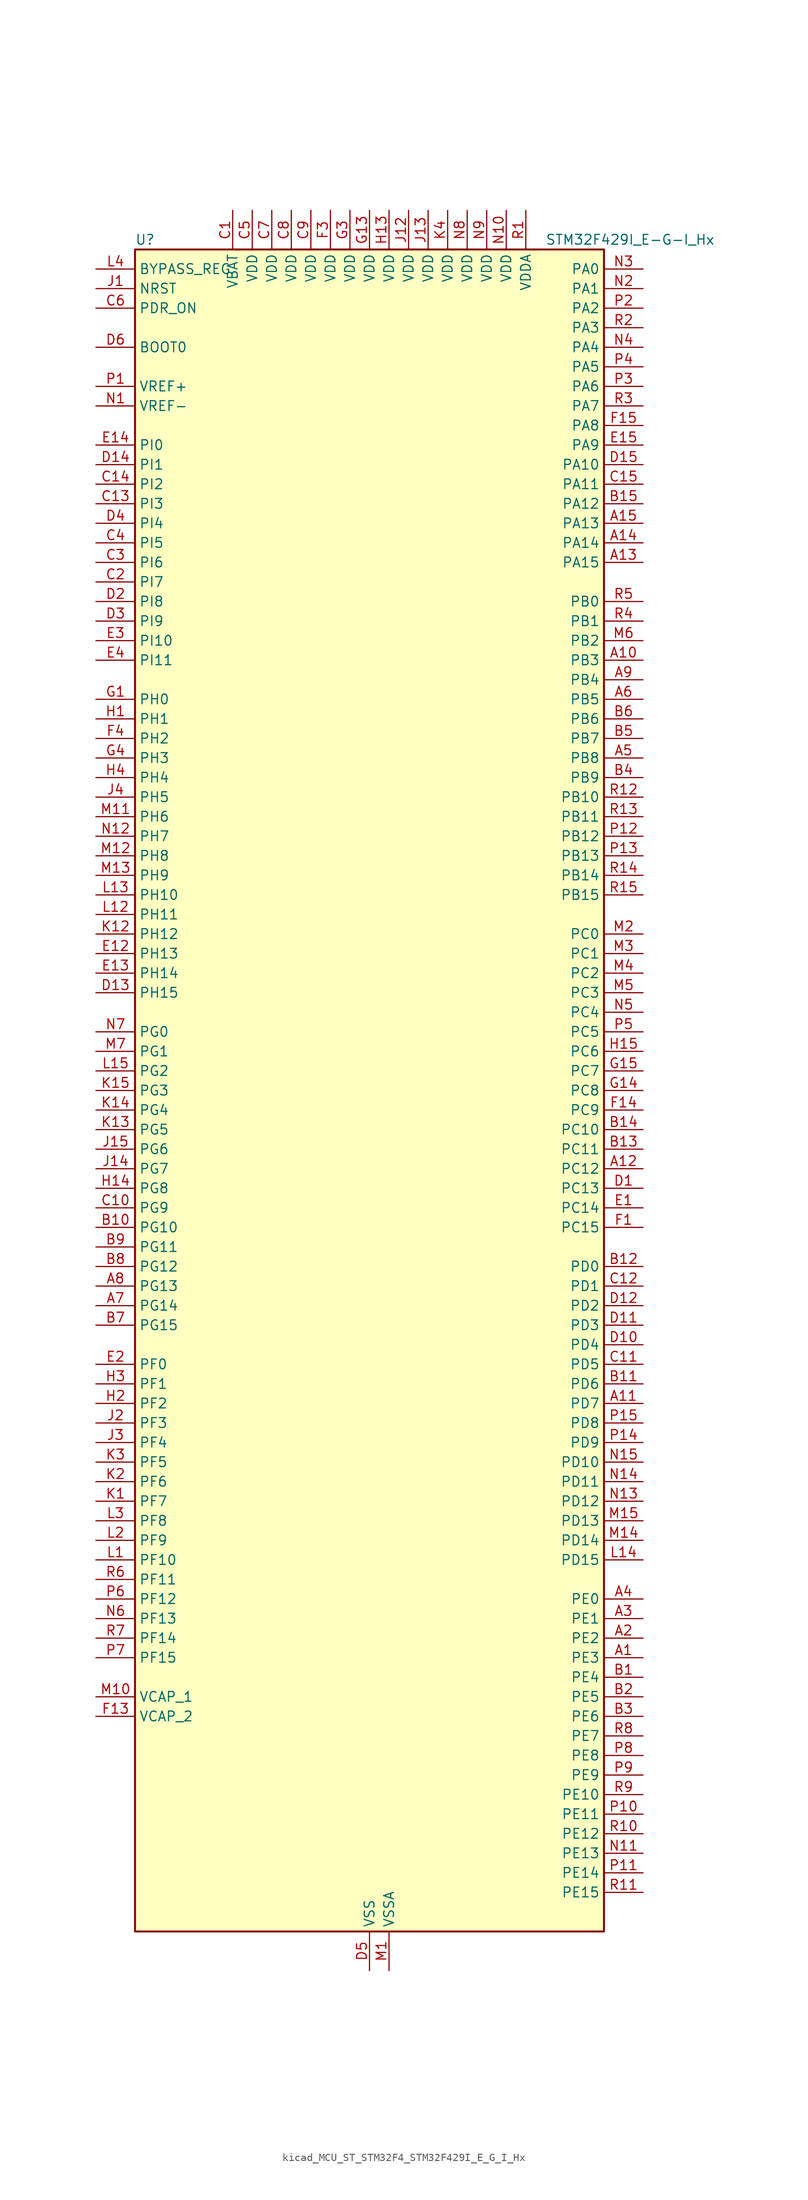
<source format=kicad_sym>
(kicad_symbol_lib
  (version 20220914)
  (generator kicad_symbol_editor)
  (symbol "kicad_MCU_ST_STM32F4_STM32F429I_E_G_I_Hx"
    (property "Reference" "U"
      (at -30.48 110.49 0)
      (effects (font (size 1.27 1.27)) (justify left)))
    (property "Value" "STM32F429I_E-G-I_Hx"
      (at 22.86 110.49 0)
      (effects (font (size 1.27 1.27)) (justify left)))
    (property "ki_locked" ""
      (at 0 0 0)
      (effects (font (size 1.27 1.27))))
    (symbol "kicad_MCU_ST_STM32F4_STM32F429I_E_G_I_Hx_0_1"
      (rectangle (start -30.48 -109.22) (end 30.48 109.22) (stroke (width 0.254) (type default)) (fill (type background))))
    (symbol "kicad_MCU_ST_STM32F4_STM32F429I_E_G_I_Hx_1_1"
      (pin bidirectional line (at 35.56 -73.66 180) (length 5.08) (name "PE3" (effects (font (size 1.27 1.27)))) (number "A1" (effects (font (size 1.27 1.27)))) (alternate "FMC_A19" bidirectional line) (alternate "SAI1_SD_B" bidirectional line) (alternate "SYS_TRACED0" bidirectional line))
      (pin bidirectional line (at 35.56 55.88 180) (length 5.08) (name "PB3" (effects (font (size 1.27 1.27)))) (number "A10" (effects (font (size 1.27 1.27)))) (alternate "I2S3_CK" bidirectional line) (alternate "SPI1_SCK" bidirectional line) (alternate "SPI3_SCK" bidirectional line) (alternate "SYS_JTDO-SWO" bidirectional line) (alternate "TIM2_CH2" bidirectional line))
      (pin bidirectional line (at 35.56 -40.64 180) (length 5.08) (name "PD7" (effects (font (size 1.27 1.27)))) (number "A11" (effects (font (size 1.27 1.27)))) (alternate "FMC_NCE2" bidirectional line) (alternate "FMC_NE1" bidirectional line) (alternate "USART2_CK" bidirectional line))
      (pin bidirectional line (at 35.56 -10.16 180) (length 5.08) (name "PC12" (effects (font (size 1.27 1.27)))) (number "A12" (effects (font (size 1.27 1.27)))) (alternate "DCMI_D9" bidirectional line) (alternate "I2S3_SD" bidirectional line) (alternate "SDIO_CK" bidirectional line) (alternate "SPI3_MOSI" bidirectional line) (alternate "UART5_TX" bidirectional line) (alternate "USART3_CK" bidirectional line))
      (pin bidirectional line (at 35.56 68.58 180) (length 5.08) (name "PA15" (effects (font (size 1.27 1.27)))) (number "A13" (effects (font (size 1.27 1.27)))) (alternate "ADC1_EXTI15" bidirectional line) (alternate "ADC2_EXTI15" bidirectional line) (alternate "ADC3_EXTI15" bidirectional line) (alternate "I2S3_WS" bidirectional line) (alternate "SPI1_NSS" bidirectional line) (alternate "SPI3_NSS" bidirectional line) (alternate "SYS_JTDI" bidirectional line) (alternate "TIM2_CH1" bidirectional line) (alternate "TIM2_ETR" bidirectional line))
      (pin bidirectional line (at 35.56 71.12 180) (length 5.08) (name "PA14" (effects (font (size 1.27 1.27)))) (number "A14" (effects (font (size 1.27 1.27)))) (alternate "SYS_JTCK-SWCLK" bidirectional line))
      (pin bidirectional line (at 35.56 73.66 180) (length 5.08) (name "PA13" (effects (font (size 1.27 1.27)))) (number "A15" (effects (font (size 1.27 1.27)))) (alternate "SYS_JTMS-SWDIO" bidirectional line))
      (pin bidirectional line (at 35.56 -71.12 180) (length 5.08) (name "PE2" (effects (font (size 1.27 1.27)))) (number "A2" (effects (font (size 1.27 1.27)))) (alternate "ETH_TXD3" bidirectional line) (alternate "FMC_A23" bidirectional line) (alternate "SAI1_MCLK_A" bidirectional line) (alternate "SPI4_SCK" bidirectional line) (alternate "SYS_TRACECLK" bidirectional line))
      (pin bidirectional line (at 35.56 -68.58 180) (length 5.08) (name "PE1" (effects (font (size 1.27 1.27)))) (number "A3" (effects (font (size 1.27 1.27)))) (alternate "DCMI_D3" bidirectional line) (alternate "FMC_NBL1" bidirectional line) (alternate "UART8_TX" bidirectional line))
      (pin bidirectional line (at 35.56 -66.04 180) (length 5.08) (name "PE0" (effects (font (size 1.27 1.27)))) (number "A4" (effects (font (size 1.27 1.27)))) (alternate "DCMI_D2" bidirectional line) (alternate "FMC_NBL0" bidirectional line) (alternate "TIM4_ETR" bidirectional line) (alternate "UART8_RX" bidirectional line))
      (pin bidirectional line (at 35.56 43.18 180) (length 5.08) (name "PB8" (effects (font (size 1.27 1.27)))) (number "A5" (effects (font (size 1.27 1.27)))) (alternate "CAN1_RX" bidirectional line) (alternate "DCMI_D6" bidirectional line) (alternate "ETH_TXD3" bidirectional line) (alternate "I2C1_SCL" bidirectional line) (alternate "LTDC_B6" bidirectional line) (alternate "SDIO_D4" bidirectional line) (alternate "TIM10_CH1" bidirectional line) (alternate "TIM4_CH3" bidirectional line))
      (pin bidirectional line (at 35.56 50.8 180) (length 5.08) (name "PB5" (effects (font (size 1.27 1.27)))) (number "A6" (effects (font (size 1.27 1.27)))) (alternate "CAN2_RX" bidirectional line) (alternate "DCMI_D10" bidirectional line) (alternate "ETH_PPS_OUT" bidirectional line) (alternate "FMC_SDCKE1" bidirectional line) (alternate "I2C1_SMBA" bidirectional line) (alternate "I2S3_SD" bidirectional line) (alternate "SPI1_MOSI" bidirectional line) (alternate "SPI3_MOSI" bidirectional line) (alternate "TIM3_CH2" bidirectional line) (alternate "USB_OTG_HS_ULPI_D7" bidirectional line))
      (pin bidirectional line (at -35.56 -27.94 0) (length 5.08) (name "PG14" (effects (font (size 1.27 1.27)))) (number "A7" (effects (font (size 1.27 1.27)))) (alternate "ETH_TXD1" bidirectional line) (alternate "FMC_A25" bidirectional line) (alternate "SPI6_MOSI" bidirectional line) (alternate "USART6_TX" bidirectional line))
      (pin bidirectional line (at -35.56 -25.4 0) (length 5.08) (name "PG13" (effects (font (size 1.27 1.27)))) (number "A8" (effects (font (size 1.27 1.27)))) (alternate "ETH_TXD0" bidirectional line) (alternate "FMC_A24" bidirectional line) (alternate "SPI6_SCK" bidirectional line) (alternate "USART6_CTS" bidirectional line))
      (pin bidirectional line (at 35.56 53.34 180) (length 5.08) (name "PB4" (effects (font (size 1.27 1.27)))) (number "A9" (effects (font (size 1.27 1.27)))) (alternate "I2S3_ext_SD" bidirectional line) (alternate "SPI1_MISO" bidirectional line) (alternate "SPI3_MISO" bidirectional line) (alternate "SYS_JTRST" bidirectional line) (alternate "TIM3_CH1" bidirectional line))
      (pin bidirectional line (at 35.56 -76.2 180) (length 5.08) (name "PE4" (effects (font (size 1.27 1.27)))) (number "B1" (effects (font (size 1.27 1.27)))) (alternate "DCMI_D4" bidirectional line) (alternate "FMC_A20" bidirectional line) (alternate "LTDC_B0" bidirectional line) (alternate "SAI1_FS_A" bidirectional line) (alternate "SPI4_NSS" bidirectional line) (alternate "SYS_TRACED1" bidirectional line))
      (pin bidirectional line (at -35.56 -17.78 0) (length 5.08) (name "PG10" (effects (font (size 1.27 1.27)))) (number "B10" (effects (font (size 1.27 1.27)))) (alternate "DCMI_D2" bidirectional line) (alternate "FMC_NCE4_1" bidirectional line) (alternate "FMC_NE3" bidirectional line) (alternate "LTDC_B2" bidirectional line) (alternate "LTDC_G3" bidirectional line))
      (pin bidirectional line (at 35.56 -38.1 180) (length 5.08) (name "PD6" (effects (font (size 1.27 1.27)))) (number "B11" (effects (font (size 1.27 1.27)))) (alternate "DCMI_D10" bidirectional line) (alternate "FMC_NWAIT" bidirectional line) (alternate "I2S3_SD" bidirectional line) (alternate "LTDC_B2" bidirectional line) (alternate "SAI1_SD_A" bidirectional line) (alternate "SPI3_MOSI" bidirectional line) (alternate "USART2_RX" bidirectional line))
      (pin bidirectional line (at 35.56 -22.86 180) (length 5.08) (name "PD0" (effects (font (size 1.27 1.27)))) (number "B12" (effects (font (size 1.27 1.27)))) (alternate "CAN1_RX" bidirectional line) (alternate "FMC_D2" bidirectional line) (alternate "FMC_DA2" bidirectional line))
      (pin bidirectional line (at 35.56 -7.62 180) (length 5.08) (name "PC11" (effects (font (size 1.27 1.27)))) (number "B13" (effects (font (size 1.27 1.27)))) (alternate "ADC1_EXTI11" bidirectional line) (alternate "ADC2_EXTI11" bidirectional line) (alternate "ADC3_EXTI11" bidirectional line) (alternate "DCMI_D4" bidirectional line) (alternate "I2S3_ext_SD" bidirectional line) (alternate "SDIO_D3" bidirectional line) (alternate "SPI3_MISO" bidirectional line) (alternate "UART4_RX" bidirectional line) (alternate "USART3_RX" bidirectional line))
      (pin bidirectional line (at 35.56 -5.08 180) (length 5.08) (name "PC10" (effects (font (size 1.27 1.27)))) (number "B14" (effects (font (size 1.27 1.27)))) (alternate "DCMI_D8" bidirectional line) (alternate "I2S3_CK" bidirectional line) (alternate "LTDC_R2" bidirectional line) (alternate "SDIO_D2" bidirectional line) (alternate "SPI3_SCK" bidirectional line) (alternate "UART4_TX" bidirectional line) (alternate "USART3_TX" bidirectional line))
      (pin bidirectional line (at 35.56 76.2 180) (length 5.08) (name "PA12" (effects (font (size 1.27 1.27)))) (number "B15" (effects (font (size 1.27 1.27)))) (alternate "CAN1_TX" bidirectional line) (alternate "LTDC_R5" bidirectional line) (alternate "TIM1_ETR" bidirectional line) (alternate "USART1_RTS" bidirectional line) (alternate "USB_OTG_FS_DP" bidirectional line))
      (pin bidirectional line (at 35.56 -78.74 180) (length 5.08) (name "PE5" (effects (font (size 1.27 1.27)))) (number "B2" (effects (font (size 1.27 1.27)))) (alternate "DCMI_D6" bidirectional line) (alternate "FMC_A21" bidirectional line) (alternate "LTDC_G0" bidirectional line) (alternate "SAI1_SCK_A" bidirectional line) (alternate "SPI4_MISO" bidirectional line) (alternate "SYS_TRACED2" bidirectional line) (alternate "TIM9_CH1" bidirectional line))
      (pin bidirectional line (at 35.56 -81.28 180) (length 5.08) (name "PE6" (effects (font (size 1.27 1.27)))) (number "B3" (effects (font (size 1.27 1.27)))) (alternate "DCMI_D7" bidirectional line) (alternate "FMC_A22" bidirectional line) (alternate "LTDC_G1" bidirectional line) (alternate "SAI1_SD_A" bidirectional line) (alternate "SPI4_MOSI" bidirectional line) (alternate "SYS_TRACED3" bidirectional line) (alternate "TIM9_CH2" bidirectional line))
      (pin bidirectional line (at 35.56 40.64 180) (length 5.08) (name "PB9" (effects (font (size 1.27 1.27)))) (number "B4" (effects (font (size 1.27 1.27)))) (alternate "CAN1_TX" bidirectional line) (alternate "DAC_EXTI9" bidirectional line) (alternate "DCMI_D7" bidirectional line) (alternate "I2C1_SDA" bidirectional line) (alternate "I2S2_WS" bidirectional line) (alternate "LTDC_B7" bidirectional line) (alternate "SDIO_D5" bidirectional line) (alternate "SPI2_NSS" bidirectional line) (alternate "TIM11_CH1" bidirectional line) (alternate "TIM4_CH4" bidirectional line))
      (pin bidirectional line (at 35.56 45.72 180) (length 5.08) (name "PB7" (effects (font (size 1.27 1.27)))) (number "B5" (effects (font (size 1.27 1.27)))) (alternate "DCMI_VSYNC" bidirectional line) (alternate "FMC_NL" bidirectional line) (alternate "I2C1_SDA" bidirectional line) (alternate "TIM4_CH2" bidirectional line) (alternate "USART1_RX" bidirectional line))
      (pin bidirectional line (at 35.56 48.26 180) (length 5.08) (name "PB6" (effects (font (size 1.27 1.27)))) (number "B6" (effects (font (size 1.27 1.27)))) (alternate "CAN2_TX" bidirectional line) (alternate "DCMI_D5" bidirectional line) (alternate "FMC_SDNE1" bidirectional line) (alternate "I2C1_SCL" bidirectional line) (alternate "TIM4_CH1" bidirectional line) (alternate "USART1_TX" bidirectional line))
      (pin bidirectional line (at -35.56 -30.48 0) (length 5.08) (name "PG15" (effects (font (size 1.27 1.27)))) (number "B7" (effects (font (size 1.27 1.27)))) (alternate "ADC1_EXTI15" bidirectional line) (alternate "ADC2_EXTI15" bidirectional line) (alternate "ADC3_EXTI15" bidirectional line) (alternate "DCMI_D13" bidirectional line) (alternate "FMC_SDNCAS" bidirectional line) (alternate "USART6_CTS" bidirectional line))
      (pin bidirectional line (at -35.56 -22.86 0) (length 5.08) (name "PG12" (effects (font (size 1.27 1.27)))) (number "B8" (effects (font (size 1.27 1.27)))) (alternate "FMC_NE4" bidirectional line) (alternate "LTDC_B1" bidirectional line) (alternate "LTDC_B4" bidirectional line) (alternate "SPI6_MISO" bidirectional line) (alternate "USART6_RTS" bidirectional line))
      (pin bidirectional line (at -35.56 -20.32 0) (length 5.08) (name "PG11" (effects (font (size 1.27 1.27)))) (number "B9" (effects (font (size 1.27 1.27)))) (alternate "ADC1_EXTI11" bidirectional line) (alternate "ADC2_EXTI11" bidirectional line) (alternate "ADC3_EXTI11" bidirectional line) (alternate "DCMI_D3" bidirectional line) (alternate "ETH_TX_EN" bidirectional line) (alternate "FMC_NCE4_2" bidirectional line) (alternate "LTDC_B3" bidirectional line))
      (pin power_in line (at -17.78 114.3 270) (length 5.08) (name "VBAT" (effects (font (size 1.27 1.27)))) (number "C1" (effects (font (size 1.27 1.27)))))
      (pin bidirectional line (at -35.56 -15.24 0) (length 5.08) (name "PG9" (effects (font (size 1.27 1.27)))) (number "C10" (effects (font (size 1.27 1.27)))) (alternate "DAC_EXTI9" bidirectional line) (alternate "DCMI_VSYNC" bidirectional line) (alternate "FMC_NCE3" bidirectional line) (alternate "FMC_NE2" bidirectional line) (alternate "USART6_RX" bidirectional line))
      (pin bidirectional line (at 35.56 -35.56 180) (length 5.08) (name "PD5" (effects (font (size 1.27 1.27)))) (number "C11" (effects (font (size 1.27 1.27)))) (alternate "FMC_NWE" bidirectional line) (alternate "USART2_TX" bidirectional line))
      (pin bidirectional line (at 35.56 -25.4 180) (length 5.08) (name "PD1" (effects (font (size 1.27 1.27)))) (number "C12" (effects (font (size 1.27 1.27)))) (alternate "CAN1_TX" bidirectional line) (alternate "FMC_D3" bidirectional line) (alternate "FMC_DA3" bidirectional line))
      (pin bidirectional line (at -35.56 76.2 0) (length 5.08) (name "PI3" (effects (font (size 1.27 1.27)))) (number "C13" (effects (font (size 1.27 1.27)))) (alternate "DCMI_D10" bidirectional line) (alternate "FMC_D27" bidirectional line) (alternate "I2S2_SD" bidirectional line) (alternate "SPI2_MOSI" bidirectional line) (alternate "TIM8_ETR" bidirectional line))
      (pin bidirectional line (at -35.56 78.74 0) (length 5.08) (name "PI2" (effects (font (size 1.27 1.27)))) (number "C14" (effects (font (size 1.27 1.27)))) (alternate "DCMI_D9" bidirectional line) (alternate "FMC_D26" bidirectional line) (alternate "I2S2_ext_SD" bidirectional line) (alternate "LTDC_G7" bidirectional line) (alternate "SPI2_MISO" bidirectional line) (alternate "TIM8_CH4" bidirectional line))
      (pin bidirectional line (at 35.56 78.74 180) (length 5.08) (name "PA11" (effects (font (size 1.27 1.27)))) (number "C15" (effects (font (size 1.27 1.27)))) (alternate "ADC1_EXTI11" bidirectional line) (alternate "ADC2_EXTI11" bidirectional line) (alternate "ADC3_EXTI11" bidirectional line) (alternate "CAN1_RX" bidirectional line) (alternate "LTDC_R4" bidirectional line) (alternate "TIM1_CH4" bidirectional line) (alternate "USART1_CTS" bidirectional line) (alternate "USB_OTG_FS_DM" bidirectional line))
      (pin bidirectional line (at -35.56 66.04 0) (length 5.08) (name "PI7" (effects (font (size 1.27 1.27)))) (number "C2" (effects (font (size 1.27 1.27)))) (alternate "DCMI_D7" bidirectional line) (alternate "FMC_D29" bidirectional line) (alternate "LTDC_B7" bidirectional line) (alternate "TIM8_CH3" bidirectional line))
      (pin bidirectional line (at -35.56 68.58 0) (length 5.08) (name "PI6" (effects (font (size 1.27 1.27)))) (number "C3" (effects (font (size 1.27 1.27)))) (alternate "DCMI_D6" bidirectional line) (alternate "FMC_D28" bidirectional line) (alternate "LTDC_B6" bidirectional line) (alternate "TIM8_CH2" bidirectional line))
      (pin bidirectional line (at -35.56 71.12 0) (length 5.08) (name "PI5" (effects (font (size 1.27 1.27)))) (number "C4" (effects (font (size 1.27 1.27)))) (alternate "DCMI_VSYNC" bidirectional line) (alternate "FMC_NBL3" bidirectional line) (alternate "LTDC_B5" bidirectional line) (alternate "TIM8_CH1" bidirectional line))
      (pin power_in line (at -15.24 114.3 270) (length 5.08) (name "VDD" (effects (font (size 1.27 1.27)))) (number "C5" (effects (font (size 1.27 1.27)))))
      (pin input line (at -35.56 101.6 0) (length 5.08) (name "PDR_ON" (effects (font (size 1.27 1.27)))) (number "C6" (effects (font (size 1.27 1.27)))))
      (pin power_in line (at -12.7 114.3 270) (length 5.08) (name "VDD" (effects (font (size 1.27 1.27)))) (number "C7" (effects (font (size 1.27 1.27)))))
      (pin power_in line (at -10.16 114.3 270) (length 5.08) (name "VDD" (effects (font (size 1.27 1.27)))) (number "C8" (effects (font (size 1.27 1.27)))))
      (pin power_in line (at -7.62 114.3 270) (length 5.08) (name "VDD" (effects (font (size 1.27 1.27)))) (number "C9" (effects (font (size 1.27 1.27)))))
      (pin bidirectional line (at 35.56 -12.7 180) (length 5.08) (name "PC13" (effects (font (size 1.27 1.27)))) (number "D1" (effects (font (size 1.27 1.27)))) (alternate "RTC_AF1" bidirectional line))
      (pin bidirectional line (at 35.56 -33.02 180) (length 5.08) (name "PD4" (effects (font (size 1.27 1.27)))) (number "D10" (effects (font (size 1.27 1.27)))) (alternate "FMC_NOE" bidirectional line) (alternate "USART2_RTS" bidirectional line))
      (pin bidirectional line (at 35.56 -30.48 180) (length 5.08) (name "PD3" (effects (font (size 1.27 1.27)))) (number "D11" (effects (font (size 1.27 1.27)))) (alternate "DCMI_D5" bidirectional line) (alternate "FMC_CLK" bidirectional line) (alternate "I2S2_CK" bidirectional line) (alternate "LTDC_G7" bidirectional line) (alternate "SPI2_SCK" bidirectional line) (alternate "USART2_CTS" bidirectional line))
      (pin bidirectional line (at 35.56 -27.94 180) (length 5.08) (name "PD2" (effects (font (size 1.27 1.27)))) (number "D12" (effects (font (size 1.27 1.27)))) (alternate "DCMI_D11" bidirectional line) (alternate "SDIO_CMD" bidirectional line) (alternate "TIM3_ETR" bidirectional line) (alternate "UART5_RX" bidirectional line))
      (pin bidirectional line (at -35.56 12.7 0) (length 5.08) (name "PH15" (effects (font (size 1.27 1.27)))) (number "D13" (effects (font (size 1.27 1.27)))) (alternate "ADC1_EXTI15" bidirectional line) (alternate "ADC2_EXTI15" bidirectional line) (alternate "ADC3_EXTI15" bidirectional line) (alternate "DCMI_D11" bidirectional line) (alternate "FMC_D23" bidirectional line) (alternate "LTDC_G4" bidirectional line) (alternate "TIM8_CH3N" bidirectional line))
      (pin bidirectional line (at -35.56 81.28 0) (length 5.08) (name "PI1" (effects (font (size 1.27 1.27)))) (number "D14" (effects (font (size 1.27 1.27)))) (alternate "DCMI_D8" bidirectional line) (alternate "FMC_D25" bidirectional line) (alternate "I2S2_CK" bidirectional line) (alternate "LTDC_G6" bidirectional line) (alternate "SPI2_SCK" bidirectional line))
      (pin bidirectional line (at 35.56 81.28 180) (length 5.08) (name "PA10" (effects (font (size 1.27 1.27)))) (number "D15" (effects (font (size 1.27 1.27)))) (alternate "DCMI_D1" bidirectional line) (alternate "TIM1_CH3" bidirectional line) (alternate "USART1_RX" bidirectional line) (alternate "USB_OTG_FS_ID" bidirectional line))
      (pin bidirectional line (at -35.56 63.5 0) (length 5.08) (name "PI8" (effects (font (size 1.27 1.27)))) (number "D2" (effects (font (size 1.27 1.27)))) (alternate "RTC_AF2" bidirectional line))
      (pin bidirectional line (at -35.56 60.96 0) (length 5.08) (name "PI9" (effects (font (size 1.27 1.27)))) (number "D3" (effects (font (size 1.27 1.27)))) (alternate "CAN1_RX" bidirectional line) (alternate "DAC_EXTI9" bidirectional line) (alternate "FMC_D30" bidirectional line) (alternate "LTDC_VSYNC" bidirectional line))
      (pin bidirectional line (at -35.56 73.66 0) (length 5.08) (name "PI4" (effects (font (size 1.27 1.27)))) (number "D4" (effects (font (size 1.27 1.27)))) (alternate "DCMI_D5" bidirectional line) (alternate "FMC_NBL2" bidirectional line) (alternate "LTDC_B4" bidirectional line) (alternate "TIM8_BKIN" bidirectional line))
      (pin power_in line (at 0 -114.3 90) (length 5.08) (name "VSS" (effects (font (size 1.27 1.27)))) (number "D5" (effects (font (size 1.27 1.27)))))
      (pin input line (at -35.56 96.52 0) (length 5.08) (name "BOOT0" (effects (font (size 1.27 1.27)))) (number "D6" (effects (font (size 1.27 1.27)))))
      (pin passive line (at 0 -114.3 90) (length 5.08) hide (name "VSS" (effects (font (size 1.27 1.27)))) (number "D7" (effects (font (size 1.27 1.27)))))
      (pin passive line (at 0 -114.3 90) (length 5.08) hide (name "VSS" (effects (font (size 1.27 1.27)))) (number "D8" (effects (font (size 1.27 1.27)))))
      (pin passive line (at 0 -114.3 90) (length 5.08) hide (name "VSS" (effects (font (size 1.27 1.27)))) (number "D9" (effects (font (size 1.27 1.27)))))
      (pin bidirectional line (at 35.56 -15.24 180) (length 5.08) (name "PC14" (effects (font (size 1.27 1.27)))) (number "E1" (effects (font (size 1.27 1.27)))) (alternate "RCC_OSC32_IN" bidirectional line))
      (pin bidirectional line (at -35.56 17.78 0) (length 5.08) (name "PH13" (effects (font (size 1.27 1.27)))) (number "E12" (effects (font (size 1.27 1.27)))) (alternate "CAN1_TX" bidirectional line) (alternate "FMC_D21" bidirectional line) (alternate "LTDC_G2" bidirectional line) (alternate "TIM8_CH1N" bidirectional line))
      (pin bidirectional line (at -35.56 15.24 0) (length 5.08) (name "PH14" (effects (font (size 1.27 1.27)))) (number "E13" (effects (font (size 1.27 1.27)))) (alternate "DCMI_D4" bidirectional line) (alternate "FMC_D22" bidirectional line) (alternate "LTDC_G3" bidirectional line) (alternate "TIM8_CH2N" bidirectional line))
      (pin bidirectional line (at -35.56 83.82 0) (length 5.08) (name "PI0" (effects (font (size 1.27 1.27)))) (number "E14" (effects (font (size 1.27 1.27)))) (alternate "DCMI_D13" bidirectional line) (alternate "FMC_D24" bidirectional line) (alternate "I2S2_WS" bidirectional line) (alternate "LTDC_G5" bidirectional line) (alternate "SPI2_NSS" bidirectional line) (alternate "TIM5_CH4" bidirectional line))
      (pin bidirectional line (at 35.56 83.82 180) (length 5.08) (name "PA9" (effects (font (size 1.27 1.27)))) (number "E15" (effects (font (size 1.27 1.27)))) (alternate "DAC_EXTI9" bidirectional line) (alternate "DCMI_D0" bidirectional line) (alternate "I2C3_SMBA" bidirectional line) (alternate "TIM1_CH2" bidirectional line) (alternate "USART1_TX" bidirectional line) (alternate "USB_OTG_FS_VBUS" bidirectional line))
      (pin bidirectional line (at -35.56 -35.56 0) (length 5.08) (name "PF0" (effects (font (size 1.27 1.27)))) (number "E2" (effects (font (size 1.27 1.27)))) (alternate "FMC_A0" bidirectional line) (alternate "I2C2_SDA" bidirectional line))
      (pin bidirectional line (at -35.56 58.42 0) (length 5.08) (name "PI10" (effects (font (size 1.27 1.27)))) (number "E3" (effects (font (size 1.27 1.27)))) (alternate "ETH_RX_ER" bidirectional line) (alternate "FMC_D31" bidirectional line) (alternate "LTDC_HSYNC" bidirectional line))
      (pin bidirectional line (at -35.56 55.88 0) (length 5.08) (name "PI11" (effects (font (size 1.27 1.27)))) (number "E4" (effects (font (size 1.27 1.27)))) (alternate "ADC1_EXTI11" bidirectional line) (alternate "ADC2_EXTI11" bidirectional line) (alternate "ADC3_EXTI11" bidirectional line) (alternate "USB_OTG_HS_ULPI_DIR" bidirectional line))
      (pin bidirectional line (at 35.56 -17.78 180) (length 5.08) (name "PC15" (effects (font (size 1.27 1.27)))) (number "F1" (effects (font (size 1.27 1.27)))) (alternate "ADC1_EXTI15" bidirectional line) (alternate "ADC2_EXTI15" bidirectional line) (alternate "ADC3_EXTI15" bidirectional line) (alternate "RCC_OSC32_OUT" bidirectional line))
      (pin passive line (at 0 -114.3 90) (length 5.08) hide (name "VSS" (effects (font (size 1.27 1.27)))) (number "F10" (effects (font (size 1.27 1.27)))))
      (pin passive line (at 0 -114.3 90) (length 5.08) hide (name "VSS" (effects (font (size 1.27 1.27)))) (number "F12" (effects (font (size 1.27 1.27)))))
      (pin power_out line (at -35.56 -81.28 0) (length 5.08) (name "VCAP_2" (effects (font (size 1.27 1.27)))) (number "F13" (effects (font (size 1.27 1.27)))))
      (pin bidirectional line (at 35.56 -2.54 180) (length 5.08) (name "PC9" (effects (font (size 1.27 1.27)))) (number "F14" (effects (font (size 1.27 1.27)))) (alternate "DAC_EXTI9" bidirectional line) (alternate "DCMI_D3" bidirectional line) (alternate "I2C3_SDA" bidirectional line) (alternate "I2S_CKIN" bidirectional line) (alternate "RCC_MCO_2" bidirectional line) (alternate "SDIO_D1" bidirectional line) (alternate "TIM3_CH4" bidirectional line) (alternate "TIM8_CH4" bidirectional line))
      (pin bidirectional line (at 35.56 86.36 180) (length 5.08) (name "PA8" (effects (font (size 1.27 1.27)))) (number "F15" (effects (font (size 1.27 1.27)))) (alternate "I2C3_SCL" bidirectional line) (alternate "LTDC_R6" bidirectional line) (alternate "RCC_MCO_1" bidirectional line) (alternate "TIM1_CH1" bidirectional line) (alternate "USART1_CK" bidirectional line) (alternate "USB_OTG_FS_SOF" bidirectional line))
      (pin passive line (at 0 -114.3 90) (length 5.08) hide (name "VSS" (effects (font (size 1.27 1.27)))) (number "F2" (effects (font (size 1.27 1.27)))))
      (pin power_in line (at -5.08 114.3 270) (length 5.08) (name "VDD" (effects (font (size 1.27 1.27)))) (number "F3" (effects (font (size 1.27 1.27)))))
      (pin bidirectional line (at -35.56 45.72 0) (length 5.08) (name "PH2" (effects (font (size 1.27 1.27)))) (number "F4" (effects (font (size 1.27 1.27)))) (alternate "ETH_CRS" bidirectional line) (alternate "FMC_SDCKE0" bidirectional line) (alternate "LTDC_R0" bidirectional line))
      (pin passive line (at 0 -114.3 90) (length 5.08) hide (name "VSS" (effects (font (size 1.27 1.27)))) (number "F6" (effects (font (size 1.27 1.27)))))
      (pin passive line (at 0 -114.3 90) (length 5.08) hide (name "VSS" (effects (font (size 1.27 1.27)))) (number "F7" (effects (font (size 1.27 1.27)))))
      (pin passive line (at 0 -114.3 90) (length 5.08) hide (name "VSS" (effects (font (size 1.27 1.27)))) (number "F8" (effects (font (size 1.27 1.27)))))
      (pin passive line (at 0 -114.3 90) (length 5.08) hide (name "VSS" (effects (font (size 1.27 1.27)))) (number "F9" (effects (font (size 1.27 1.27)))))
      (pin bidirectional line (at -35.56 50.8 0) (length 5.08) (name "PH0" (effects (font (size 1.27 1.27)))) (number "G1" (effects (font (size 1.27 1.27)))) (alternate "RCC_OSC_IN" bidirectional line))
      (pin passive line (at 0 -114.3 90) (length 5.08) hide (name "VSS" (effects (font (size 1.27 1.27)))) (number "G10" (effects (font (size 1.27 1.27)))))
      (pin passive line (at 0 -114.3 90) (length 5.08) hide (name "VSS" (effects (font (size 1.27 1.27)))) (number "G12" (effects (font (size 1.27 1.27)))))
      (pin power_in line (at 0 114.3 270) (length 5.08) (name "VDD" (effects (font (size 1.27 1.27)))) (number "G13" (effects (font (size 1.27 1.27)))))
      (pin bidirectional line (at 35.56 0 180) (length 5.08) (name "PC8" (effects (font (size 1.27 1.27)))) (number "G14" (effects (font (size 1.27 1.27)))) (alternate "DCMI_D2" bidirectional line) (alternate "SDIO_D0" bidirectional line) (alternate "TIM3_CH3" bidirectional line) (alternate "TIM8_CH3" bidirectional line) (alternate "USART6_CK" bidirectional line))
      (pin bidirectional line (at 35.56 2.54 180) (length 5.08) (name "PC7" (effects (font (size 1.27 1.27)))) (number "G15" (effects (font (size 1.27 1.27)))) (alternate "DCMI_D1" bidirectional line) (alternate "I2S3_MCK" bidirectional line) (alternate "LTDC_G6" bidirectional line) (alternate "SDIO_D7" bidirectional line) (alternate "TIM3_CH2" bidirectional line) (alternate "TIM8_CH2" bidirectional line) (alternate "USART6_RX" bidirectional line))
      (pin passive line (at 0 -114.3 90) (length 5.08) hide (name "VSS" (effects (font (size 1.27 1.27)))) (number "G2" (effects (font (size 1.27 1.27)))))
      (pin power_in line (at -2.54 114.3 270) (length 5.08) (name "VDD" (effects (font (size 1.27 1.27)))) (number "G3" (effects (font (size 1.27 1.27)))))
      (pin bidirectional line (at -35.56 43.18 0) (length 5.08) (name "PH3" (effects (font (size 1.27 1.27)))) (number "G4" (effects (font (size 1.27 1.27)))) (alternate "ETH_COL" bidirectional line) (alternate "FMC_SDNE0" bidirectional line) (alternate "LTDC_R1" bidirectional line))
      (pin passive line (at 0 -114.3 90) (length 5.08) hide (name "VSS" (effects (font (size 1.27 1.27)))) (number "G6" (effects (font (size 1.27 1.27)))))
      (pin passive line (at 0 -114.3 90) (length 5.08) hide (name "VSS" (effects (font (size 1.27 1.27)))) (number "G7" (effects (font (size 1.27 1.27)))))
      (pin passive line (at 0 -114.3 90) (length 5.08) hide (name "VSS" (effects (font (size 1.27 1.27)))) (number "G8" (effects (font (size 1.27 1.27)))))
      (pin passive line (at 0 -114.3 90) (length 5.08) hide (name "VSS" (effects (font (size 1.27 1.27)))) (number "G9" (effects (font (size 1.27 1.27)))))
      (pin bidirectional line (at -35.56 48.26 0) (length 5.08) (name "PH1" (effects (font (size 1.27 1.27)))) (number "H1" (effects (font (size 1.27 1.27)))) (alternate "RCC_OSC_OUT" bidirectional line))
      (pin passive line (at 0 -114.3 90) (length 5.08) hide (name "VSS" (effects (font (size 1.27 1.27)))) (number "H10" (effects (font (size 1.27 1.27)))))
      (pin passive line (at 0 -114.3 90) (length 5.08) hide (name "VSS" (effects (font (size 1.27 1.27)))) (number "H12" (effects (font (size 1.27 1.27)))))
      (pin power_in line (at 2.54 114.3 270) (length 5.08) (name "VDD" (effects (font (size 1.27 1.27)))) (number "H13" (effects (font (size 1.27 1.27)))))
      (pin bidirectional line (at -35.56 -12.7 0) (length 5.08) (name "PG8" (effects (font (size 1.27 1.27)))) (number "H14" (effects (font (size 1.27 1.27)))) (alternate "ETH_PPS_OUT" bidirectional line) (alternate "FMC_SDCLK" bidirectional line) (alternate "SPI6_NSS" bidirectional line) (alternate "USART6_RTS" bidirectional line))
      (pin bidirectional line (at 35.56 5.08 180) (length 5.08) (name "PC6" (effects (font (size 1.27 1.27)))) (number "H15" (effects (font (size 1.27 1.27)))) (alternate "DCMI_D0" bidirectional line) (alternate "I2S2_MCK" bidirectional line) (alternate "LTDC_HSYNC" bidirectional line) (alternate "SDIO_D6" bidirectional line) (alternate "TIM3_CH1" bidirectional line) (alternate "TIM8_CH1" bidirectional line) (alternate "USART6_TX" bidirectional line))
      (pin bidirectional line (at -35.56 -40.64 0) (length 5.08) (name "PF2" (effects (font (size 1.27 1.27)))) (number "H2" (effects (font (size 1.27 1.27)))) (alternate "FMC_A2" bidirectional line) (alternate "I2C2_SMBA" bidirectional line))
      (pin bidirectional line (at -35.56 -38.1 0) (length 5.08) (name "PF1" (effects (font (size 1.27 1.27)))) (number "H3" (effects (font (size 1.27 1.27)))) (alternate "FMC_A1" bidirectional line) (alternate "I2C2_SCL" bidirectional line))
      (pin bidirectional line (at -35.56 40.64 0) (length 5.08) (name "PH4" (effects (font (size 1.27 1.27)))) (number "H4" (effects (font (size 1.27 1.27)))) (alternate "I2C2_SCL" bidirectional line) (alternate "USB_OTG_HS_ULPI_NXT" bidirectional line))
      (pin passive line (at 0 -114.3 90) (length 5.08) hide (name "VSS" (effects (font (size 1.27 1.27)))) (number "H6" (effects (font (size 1.27 1.27)))))
      (pin passive line (at 0 -114.3 90) (length 5.08) hide (name "VSS" (effects (font (size 1.27 1.27)))) (number "H7" (effects (font (size 1.27 1.27)))))
      (pin passive line (at 0 -114.3 90) (length 5.08) hide (name "VSS" (effects (font (size 1.27 1.27)))) (number "H8" (effects (font (size 1.27 1.27)))))
      (pin passive line (at 0 -114.3 90) (length 5.08) hide (name "VSS" (effects (font (size 1.27 1.27)))) (number "H9" (effects (font (size 1.27 1.27)))))
      (pin input line (at -35.56 104.14 0) (length 5.08) (name "NRST" (effects (font (size 1.27 1.27)))) (number "J1" (effects (font (size 1.27 1.27)))))
      (pin passive line (at 0 -114.3 90) (length 5.08) hide (name "VSS" (effects (font (size 1.27 1.27)))) (number "J10" (effects (font (size 1.27 1.27)))))
      (pin power_in line (at 5.08 114.3 270) (length 5.08) (name "VDD" (effects (font (size 1.27 1.27)))) (number "J12" (effects (font (size 1.27 1.27)))))
      (pin power_in line (at 7.62 114.3 270) (length 5.08) (name "VDD" (effects (font (size 1.27 1.27)))) (number "J13" (effects (font (size 1.27 1.27)))))
      (pin bidirectional line (at -35.56 -10.16 0) (length 5.08) (name "PG7" (effects (font (size 1.27 1.27)))) (number "J14" (effects (font (size 1.27 1.27)))) (alternate "DCMI_D13" bidirectional line) (alternate "FMC_INT3" bidirectional line) (alternate "LTDC_CLK" bidirectional line) (alternate "USART6_CK" bidirectional line))
      (pin bidirectional line (at -35.56 -7.62 0) (length 5.08) (name "PG6" (effects (font (size 1.27 1.27)))) (number "J15" (effects (font (size 1.27 1.27)))) (alternate "DCMI_D12" bidirectional line) (alternate "FMC_INT2" bidirectional line) (alternate "LTDC_R7" bidirectional line))
      (pin bidirectional line (at -35.56 -43.18 0) (length 5.08) (name "PF3" (effects (font (size 1.27 1.27)))) (number "J2" (effects (font (size 1.27 1.27)))) (alternate "ADC3_IN9" bidirectional line) (alternate "FMC_A3" bidirectional line))
      (pin bidirectional line (at -35.56 -45.72 0) (length 5.08) (name "PF4" (effects (font (size 1.27 1.27)))) (number "J3" (effects (font (size 1.27 1.27)))) (alternate "ADC3_IN14" bidirectional line) (alternate "FMC_A4" bidirectional line))
      (pin bidirectional line (at -35.56 38.1 0) (length 5.08) (name "PH5" (effects (font (size 1.27 1.27)))) (number "J4" (effects (font (size 1.27 1.27)))) (alternate "FMC_SDNWE" bidirectional line) (alternate "I2C2_SDA" bidirectional line) (alternate "SPI5_NSS" bidirectional line))
      (pin passive line (at 0 -114.3 90) (length 5.08) hide (name "VSS" (effects (font (size 1.27 1.27)))) (number "J6" (effects (font (size 1.27 1.27)))))
      (pin passive line (at 0 -114.3 90) (length 5.08) hide (name "VSS" (effects (font (size 1.27 1.27)))) (number "J7" (effects (font (size 1.27 1.27)))))
      (pin passive line (at 0 -114.3 90) (length 5.08) hide (name "VSS" (effects (font (size 1.27 1.27)))) (number "J8" (effects (font (size 1.27 1.27)))))
      (pin passive line (at 0 -114.3 90) (length 5.08) hide (name "VSS" (effects (font (size 1.27 1.27)))) (number "J9" (effects (font (size 1.27 1.27)))))
      (pin bidirectional line (at -35.56 -53.34 0) (length 5.08) (name "PF7" (effects (font (size 1.27 1.27)))) (number "K1" (effects (font (size 1.27 1.27)))) (alternate "ADC3_IN5" bidirectional line) (alternate "FMC_NREG" bidirectional line) (alternate "SAI1_MCLK_B" bidirectional line) (alternate "SPI5_SCK" bidirectional line) (alternate "TIM11_CH1" bidirectional line) (alternate "UART7_TX" bidirectional line))
      (pin passive line (at 0 -114.3 90) (length 5.08) hide (name "VSS" (effects (font (size 1.27 1.27)))) (number "K10" (effects (font (size 1.27 1.27)))))
      (pin bidirectional line (at -35.56 20.32 0) (length 5.08) (name "PH12" (effects (font (size 1.27 1.27)))) (number "K12" (effects (font (size 1.27 1.27)))) (alternate "DCMI_D3" bidirectional line) (alternate "FMC_D20" bidirectional line) (alternate "LTDC_R6" bidirectional line) (alternate "TIM5_CH3" bidirectional line))
      (pin bidirectional line (at -35.56 -5.08 0) (length 5.08) (name "PG5" (effects (font (size 1.27 1.27)))) (number "K13" (effects (font (size 1.27 1.27)))) (alternate "FMC_A15" bidirectional line) (alternate "FMC_BA1" bidirectional line))
      (pin bidirectional line (at -35.56 -2.54 0) (length 5.08) (name "PG4" (effects (font (size 1.27 1.27)))) (number "K14" (effects (font (size 1.27 1.27)))) (alternate "FMC_A14" bidirectional line) (alternate "FMC_BA0" bidirectional line))
      (pin bidirectional line (at -35.56 0 0) (length 5.08) (name "PG3" (effects (font (size 1.27 1.27)))) (number "K15" (effects (font (size 1.27 1.27)))) (alternate "FMC_A13" bidirectional line))
      (pin bidirectional line (at -35.56 -50.8 0) (length 5.08) (name "PF6" (effects (font (size 1.27 1.27)))) (number "K2" (effects (font (size 1.27 1.27)))) (alternate "ADC3_IN4" bidirectional line) (alternate "FMC_NIORD" bidirectional line) (alternate "SAI1_SD_B" bidirectional line) (alternate "SPI5_NSS" bidirectional line) (alternate "TIM10_CH1" bidirectional line) (alternate "UART7_RX" bidirectional line))
      (pin bidirectional line (at -35.56 -48.26 0) (length 5.08) (name "PF5" (effects (font (size 1.27 1.27)))) (number "K3" (effects (font (size 1.27 1.27)))) (alternate "ADC3_IN15" bidirectional line) (alternate "FMC_A5" bidirectional line))
      (pin power_in line (at 10.16 114.3 270) (length 5.08) (name "VDD" (effects (font (size 1.27 1.27)))) (number "K4" (effects (font (size 1.27 1.27)))))
      (pin passive line (at 0 -114.3 90) (length 5.08) hide (name "VSS" (effects (font (size 1.27 1.27)))) (number "K6" (effects (font (size 1.27 1.27)))))
      (pin passive line (at 0 -114.3 90) (length 5.08) hide (name "VSS" (effects (font (size 1.27 1.27)))) (number "K7" (effects (font (size 1.27 1.27)))))
      (pin passive line (at 0 -114.3 90) (length 5.08) hide (name "VSS" (effects (font (size 1.27 1.27)))) (number "K8" (effects (font (size 1.27 1.27)))))
      (pin passive line (at 0 -114.3 90) (length 5.08) hide (name "VSS" (effects (font (size 1.27 1.27)))) (number "K9" (effects (font (size 1.27 1.27)))))
      (pin bidirectional line (at -35.56 -60.96 0) (length 5.08) (name "PF10" (effects (font (size 1.27 1.27)))) (number "L1" (effects (font (size 1.27 1.27)))) (alternate "ADC3_IN8" bidirectional line) (alternate "DCMI_D11" bidirectional line) (alternate "FMC_INTR" bidirectional line) (alternate "LTDC_DE" bidirectional line))
      (pin bidirectional line (at -35.56 22.86 0) (length 5.08) (name "PH11" (effects (font (size 1.27 1.27)))) (number "L12" (effects (font (size 1.27 1.27)))) (alternate "ADC1_EXTI11" bidirectional line) (alternate "ADC2_EXTI11" bidirectional line) (alternate "ADC3_EXTI11" bidirectional line) (alternate "DCMI_D2" bidirectional line) (alternate "FMC_D19" bidirectional line) (alternate "LTDC_R5" bidirectional line) (alternate "TIM5_CH2" bidirectional line))
      (pin bidirectional line (at -35.56 25.4 0) (length 5.08) (name "PH10" (effects (font (size 1.27 1.27)))) (number "L13" (effects (font (size 1.27 1.27)))) (alternate "DCMI_D1" bidirectional line) (alternate "FMC_D18" bidirectional line) (alternate "LTDC_R4" bidirectional line) (alternate "TIM5_CH1" bidirectional line))
      (pin bidirectional line (at 35.56 -60.96 180) (length 5.08) (name "PD15" (effects (font (size 1.27 1.27)))) (number "L14" (effects (font (size 1.27 1.27)))) (alternate "ADC1_EXTI15" bidirectional line) (alternate "ADC2_EXTI15" bidirectional line) (alternate "ADC3_EXTI15" bidirectional line) (alternate "FMC_D1" bidirectional line) (alternate "FMC_DA1" bidirectional line) (alternate "TIM4_CH4" bidirectional line))
      (pin bidirectional line (at -35.56 2.54 0) (length 5.08) (name "PG2" (effects (font (size 1.27 1.27)))) (number "L15" (effects (font (size 1.27 1.27)))) (alternate "FMC_A12" bidirectional line))
      (pin bidirectional line (at -35.56 -58.42 0) (length 5.08) (name "PF9" (effects (font (size 1.27 1.27)))) (number "L2" (effects (font (size 1.27 1.27)))) (alternate "ADC3_IN7" bidirectional line) (alternate "DAC_EXTI9" bidirectional line) (alternate "FMC_CD" bidirectional line) (alternate "SAI1_FS_B" bidirectional line) (alternate "SPI5_MOSI" bidirectional line) (alternate "TIM14_CH1" bidirectional line))
      (pin bidirectional line (at -35.56 -55.88 0) (length 5.08) (name "PF8" (effects (font (size 1.27 1.27)))) (number "L3" (effects (font (size 1.27 1.27)))) (alternate "ADC3_IN6" bidirectional line) (alternate "FMC_NIOWR" bidirectional line) (alternate "SAI1_SCK_B" bidirectional line) (alternate "SPI5_MISO" bidirectional line) (alternate "TIM13_CH1" bidirectional line))
      (pin input line (at -35.56 106.68 0) (length 5.08) (name "BYPASS_REG" (effects (font (size 1.27 1.27)))) (number "L4" (effects (font (size 1.27 1.27)))))
      (pin power_in line (at 2.54 -114.3 90) (length 5.08) (name "VSSA" (effects (font (size 1.27 1.27)))) (number "M1" (effects (font (size 1.27 1.27)))))
      (pin power_out line (at -35.56 -78.74 0) (length 5.08) (name "VCAP_1" (effects (font (size 1.27 1.27)))) (number "M10" (effects (font (size 1.27 1.27)))))
      (pin bidirectional line (at -35.56 35.56 0) (length 5.08) (name "PH6" (effects (font (size 1.27 1.27)))) (number "M11" (effects (font (size 1.27 1.27)))) (alternate "DCMI_D8" bidirectional line) (alternate "ETH_RXD2" bidirectional line) (alternate "FMC_SDNE1" bidirectional line) (alternate "I2C2_SMBA" bidirectional line) (alternate "SPI5_SCK" bidirectional line) (alternate "TIM12_CH1" bidirectional line))
      (pin bidirectional line (at -35.56 30.48 0) (length 5.08) (name "PH8" (effects (font (size 1.27 1.27)))) (number "M12" (effects (font (size 1.27 1.27)))) (alternate "DCMI_HSYNC" bidirectional line) (alternate "FMC_D16" bidirectional line) (alternate "I2C3_SDA" bidirectional line) (alternate "LTDC_R2" bidirectional line))
      (pin bidirectional line (at -35.56 27.94 0) (length 5.08) (name "PH9" (effects (font (size 1.27 1.27)))) (number "M13" (effects (font (size 1.27 1.27)))) (alternate "DAC_EXTI9" bidirectional line) (alternate "DCMI_D0" bidirectional line) (alternate "FMC_D17" bidirectional line) (alternate "I2C3_SMBA" bidirectional line) (alternate "LTDC_R3" bidirectional line) (alternate "TIM12_CH2" bidirectional line))
      (pin bidirectional line (at 35.56 -58.42 180) (length 5.08) (name "PD14" (effects (font (size 1.27 1.27)))) (number "M14" (effects (font (size 1.27 1.27)))) (alternate "FMC_D0" bidirectional line) (alternate "FMC_DA0" bidirectional line) (alternate "TIM4_CH3" bidirectional line))
      (pin bidirectional line (at 35.56 -55.88 180) (length 5.08) (name "PD13" (effects (font (size 1.27 1.27)))) (number "M15" (effects (font (size 1.27 1.27)))) (alternate "FMC_A18" bidirectional line) (alternate "TIM4_CH2" bidirectional line))
      (pin bidirectional line (at 35.56 20.32 180) (length 5.08) (name "PC0" (effects (font (size 1.27 1.27)))) (number "M2" (effects (font (size 1.27 1.27)))) (alternate "ADC1_IN10" bidirectional line) (alternate "ADC2_IN10" bidirectional line) (alternate "ADC3_IN10" bidirectional line) (alternate "FMC_SDNWE" bidirectional line) (alternate "USB_OTG_HS_ULPI_STP" bidirectional line))
      (pin bidirectional line (at 35.56 17.78 180) (length 5.08) (name "PC1" (effects (font (size 1.27 1.27)))) (number "M3" (effects (font (size 1.27 1.27)))) (alternate "ADC1_IN11" bidirectional line) (alternate "ADC2_IN11" bidirectional line) (alternate "ADC3_IN11" bidirectional line) (alternate "ETH_MDC" bidirectional line))
      (pin bidirectional line (at 35.56 15.24 180) (length 5.08) (name "PC2" (effects (font (size 1.27 1.27)))) (number "M4" (effects (font (size 1.27 1.27)))) (alternate "ADC1_IN12" bidirectional line) (alternate "ADC2_IN12" bidirectional line) (alternate "ADC3_IN12" bidirectional line) (alternate "ETH_TXD2" bidirectional line) (alternate "FMC_SDNE0" bidirectional line) (alternate "I2S2_ext_SD" bidirectional line) (alternate "SPI2_MISO" bidirectional line) (alternate "USB_OTG_HS_ULPI_DIR" bidirectional line))
      (pin bidirectional line (at 35.56 12.7 180) (length 5.08) (name "PC3" (effects (font (size 1.27 1.27)))) (number "M5" (effects (font (size 1.27 1.27)))) (alternate "ADC1_IN13" bidirectional line) (alternate "ADC2_IN13" bidirectional line) (alternate "ADC3_IN13" bidirectional line) (alternate "ETH_TX_CLK" bidirectional line) (alternate "FMC_SDCKE0" bidirectional line) (alternate "I2S2_SD" bidirectional line) (alternate "SPI2_MOSI" bidirectional line) (alternate "USB_OTG_HS_ULPI_NXT" bidirectional line))
      (pin bidirectional line (at 35.56 58.42 180) (length 5.08) (name "PB2" (effects (font (size 1.27 1.27)))) (number "M6" (effects (font (size 1.27 1.27)))))
      (pin bidirectional line (at -35.56 5.08 0) (length 5.08) (name "PG1" (effects (font (size 1.27 1.27)))) (number "M7" (effects (font (size 1.27 1.27)))) (alternate "FMC_A11" bidirectional line))
      (pin passive line (at 0 -114.3 90) (length 5.08) hide (name "VSS" (effects (font (size 1.27 1.27)))) (number "M8" (effects (font (size 1.27 1.27)))))
      (pin passive line (at 0 -114.3 90) (length 5.08) hide (name "VSS" (effects (font (size 1.27 1.27)))) (number "M9" (effects (font (size 1.27 1.27)))))
      (pin input line (at -35.56 88.9 0) (length 5.08) (name "VREF-" (effects (font (size 1.27 1.27)))) (number "N1" (effects (font (size 1.27 1.27)))))
      (pin power_in line (at 17.78 114.3 270) (length 5.08) (name "VDD" (effects (font (size 1.27 1.27)))) (number "N10" (effects (font (size 1.27 1.27)))))
      (pin bidirectional line (at 35.56 -99.06 180) (length 5.08) (name "PE13" (effects (font (size 1.27 1.27)))) (number "N11" (effects (font (size 1.27 1.27)))) (alternate "FMC_D10" bidirectional line) (alternate "FMC_DA10" bidirectional line) (alternate "LTDC_DE" bidirectional line) (alternate "SPI4_MISO" bidirectional line) (alternate "TIM1_CH3" bidirectional line))
      (pin bidirectional line (at -35.56 33.02 0) (length 5.08) (name "PH7" (effects (font (size 1.27 1.27)))) (number "N12" (effects (font (size 1.27 1.27)))) (alternate "DCMI_D9" bidirectional line) (alternate "ETH_RXD3" bidirectional line) (alternate "FMC_SDCKE1" bidirectional line) (alternate "I2C3_SCL" bidirectional line) (alternate "SPI5_MISO" bidirectional line))
      (pin bidirectional line (at 35.56 -53.34 180) (length 5.08) (name "PD12" (effects (font (size 1.27 1.27)))) (number "N13" (effects (font (size 1.27 1.27)))) (alternate "FMC_A17" bidirectional line) (alternate "FMC_ALE" bidirectional line) (alternate "TIM4_CH1" bidirectional line) (alternate "USART3_RTS" bidirectional line))
      (pin bidirectional line (at 35.56 -50.8 180) (length 5.08) (name "PD11" (effects (font (size 1.27 1.27)))) (number "N14" (effects (font (size 1.27 1.27)))) (alternate "ADC1_EXTI11" bidirectional line) (alternate "ADC2_EXTI11" bidirectional line) (alternate "ADC3_EXTI11" bidirectional line) (alternate "FMC_A16" bidirectional line) (alternate "FMC_CLE" bidirectional line) (alternate "USART3_CTS" bidirectional line))
      (pin bidirectional line (at 35.56 -48.26 180) (length 5.08) (name "PD10" (effects (font (size 1.27 1.27)))) (number "N15" (effects (font (size 1.27 1.27)))) (alternate "FMC_D15" bidirectional line) (alternate "FMC_DA15" bidirectional line) (alternate "LTDC_B3" bidirectional line) (alternate "USART3_CK" bidirectional line))
      (pin bidirectional line (at 35.56 104.14 180) (length 5.08) (name "PA1" (effects (font (size 1.27 1.27)))) (number "N2" (effects (font (size 1.27 1.27)))) (alternate "ADC1_IN1" bidirectional line) (alternate "ADC2_IN1" bidirectional line) (alternate "ADC3_IN1" bidirectional line) (alternate "ETH_REF_CLK" bidirectional line) (alternate "ETH_RX_CLK" bidirectional line) (alternate "TIM2_CH2" bidirectional line) (alternate "TIM5_CH2" bidirectional line) (alternate "UART4_RX" bidirectional line) (alternate "USART2_RTS" bidirectional line))
      (pin bidirectional line (at 35.56 106.68 180) (length 5.08) (name "PA0" (effects (font (size 1.27 1.27)))) (number "N3" (effects (font (size 1.27 1.27)))) (alternate "ADC1_IN0" bidirectional line) (alternate "ADC2_IN0" bidirectional line) (alternate "ADC3_IN0" bidirectional line) (alternate "ETH_CRS" bidirectional line) (alternate "SYS_WKUP" bidirectional line) (alternate "TIM2_CH1" bidirectional line) (alternate "TIM2_ETR" bidirectional line) (alternate "TIM5_CH1" bidirectional line) (alternate "TIM8_ETR" bidirectional line) (alternate "UART4_TX" bidirectional line) (alternate "USART2_CTS" bidirectional line))
      (pin bidirectional line (at 35.56 96.52 180) (length 5.08) (name "PA4" (effects (font (size 1.27 1.27)))) (number "N4" (effects (font (size 1.27 1.27)))) (alternate "ADC1_IN4" bidirectional line) (alternate "ADC2_IN4" bidirectional line) (alternate "DAC_OUT1" bidirectional line) (alternate "DCMI_HSYNC" bidirectional line) (alternate "I2S3_WS" bidirectional line) (alternate "LTDC_VSYNC" bidirectional line) (alternate "SPI1_NSS" bidirectional line) (alternate "SPI3_NSS" bidirectional line) (alternate "USART2_CK" bidirectional line) (alternate "USB_OTG_HS_SOF" bidirectional line))
      (pin bidirectional line (at 35.56 10.16 180) (length 5.08) (name "PC4" (effects (font (size 1.27 1.27)))) (number "N5" (effects (font (size 1.27 1.27)))) (alternate "ADC1_IN14" bidirectional line) (alternate "ADC2_IN14" bidirectional line) (alternate "ETH_RXD0" bidirectional line))
      (pin bidirectional line (at -35.56 -68.58 0) (length 5.08) (name "PF13" (effects (font (size 1.27 1.27)))) (number "N6" (effects (font (size 1.27 1.27)))) (alternate "FMC_A7" bidirectional line))
      (pin bidirectional line (at -35.56 7.62 0) (length 5.08) (name "PG0" (effects (font (size 1.27 1.27)))) (number "N7" (effects (font (size 1.27 1.27)))) (alternate "FMC_A10" bidirectional line))
      (pin power_in line (at 12.7 114.3 270) (length 5.08) (name "VDD" (effects (font (size 1.27 1.27)))) (number "N8" (effects (font (size 1.27 1.27)))))
      (pin power_in line (at 15.24 114.3 270) (length 5.08) (name "VDD" (effects (font (size 1.27 1.27)))) (number "N9" (effects (font (size 1.27 1.27)))))
      (pin input line (at -35.56 91.44 0) (length 5.08) (name "VREF+" (effects (font (size 1.27 1.27)))) (number "P1" (effects (font (size 1.27 1.27)))))
      (pin bidirectional line (at 35.56 -93.98 180) (length 5.08) (name "PE11" (effects (font (size 1.27 1.27)))) (number "P10" (effects (font (size 1.27 1.27)))) (alternate "ADC1_EXTI11" bidirectional line) (alternate "ADC2_EXTI11" bidirectional line) (alternate "ADC3_EXTI11" bidirectional line) (alternate "FMC_D8" bidirectional line) (alternate "FMC_DA8" bidirectional line) (alternate "LTDC_G3" bidirectional line) (alternate "SPI4_NSS" bidirectional line) (alternate "TIM1_CH2" bidirectional line))
      (pin bidirectional line (at 35.56 -101.6 180) (length 5.08) (name "PE14" (effects (font (size 1.27 1.27)))) (number "P11" (effects (font (size 1.27 1.27)))) (alternate "FMC_D11" bidirectional line) (alternate "FMC_DA11" bidirectional line) (alternate "LTDC_CLK" bidirectional line) (alternate "SPI4_MOSI" bidirectional line) (alternate "TIM1_CH4" bidirectional line))
      (pin bidirectional line (at 35.56 33.02 180) (length 5.08) (name "PB12" (effects (font (size 1.27 1.27)))) (number "P12" (effects (font (size 1.27 1.27)))) (alternate "CAN2_RX" bidirectional line) (alternate "ETH_TXD0" bidirectional line) (alternate "I2C2_SMBA" bidirectional line) (alternate "I2S2_WS" bidirectional line) (alternate "SPI2_NSS" bidirectional line) (alternate "TIM1_BKIN" bidirectional line) (alternate "USART3_CK" bidirectional line) (alternate "USB_OTG_HS_ID" bidirectional line) (alternate "USB_OTG_HS_ULPI_D5" bidirectional line))
      (pin bidirectional line (at 35.56 30.48 180) (length 5.08) (name "PB13" (effects (font (size 1.27 1.27)))) (number "P13" (effects (font (size 1.27 1.27)))) (alternate "CAN2_TX" bidirectional line) (alternate "ETH_TXD1" bidirectional line) (alternate "I2S2_CK" bidirectional line) (alternate "SPI2_SCK" bidirectional line) (alternate "TIM1_CH1N" bidirectional line) (alternate "USART3_CTS" bidirectional line) (alternate "USB_OTG_HS_ULPI_D6" bidirectional line) (alternate "USB_OTG_HS_VBUS" bidirectional line))
      (pin bidirectional line (at 35.56 -45.72 180) (length 5.08) (name "PD9" (effects (font (size 1.27 1.27)))) (number "P14" (effects (font (size 1.27 1.27)))) (alternate "DAC_EXTI9" bidirectional line) (alternate "FMC_D14" bidirectional line) (alternate "FMC_DA14" bidirectional line) (alternate "USART3_RX" bidirectional line))
      (pin bidirectional line (at 35.56 -43.18 180) (length 5.08) (name "PD8" (effects (font (size 1.27 1.27)))) (number "P15" (effects (font (size 1.27 1.27)))) (alternate "FMC_D13" bidirectional line) (alternate "FMC_DA13" bidirectional line) (alternate "USART3_TX" bidirectional line))
      (pin bidirectional line (at 35.56 101.6 180) (length 5.08) (name "PA2" (effects (font (size 1.27 1.27)))) (number "P2" (effects (font (size 1.27 1.27)))) (alternate "ADC1_IN2" bidirectional line) (alternate "ADC2_IN2" bidirectional line) (alternate "ADC3_IN2" bidirectional line) (alternate "ETH_MDIO" bidirectional line) (alternate "TIM2_CH3" bidirectional line) (alternate "TIM5_CH3" bidirectional line) (alternate "TIM9_CH1" bidirectional line) (alternate "USART2_TX" bidirectional line))
      (pin bidirectional line (at 35.56 91.44 180) (length 5.08) (name "PA6" (effects (font (size 1.27 1.27)))) (number "P3" (effects (font (size 1.27 1.27)))) (alternate "ADC1_IN6" bidirectional line) (alternate "ADC2_IN6" bidirectional line) (alternate "DCMI_PIXCLK" bidirectional line) (alternate "LTDC_G2" bidirectional line) (alternate "SPI1_MISO" bidirectional line) (alternate "TIM13_CH1" bidirectional line) (alternate "TIM1_BKIN" bidirectional line) (alternate "TIM3_CH1" bidirectional line) (alternate "TIM8_BKIN" bidirectional line))
      (pin bidirectional line (at 35.56 93.98 180) (length 5.08) (name "PA5" (effects (font (size 1.27 1.27)))) (number "P4" (effects (font (size 1.27 1.27)))) (alternate "ADC1_IN5" bidirectional line) (alternate "ADC2_IN5" bidirectional line) (alternate "DAC_OUT2" bidirectional line) (alternate "SPI1_SCK" bidirectional line) (alternate "TIM2_CH1" bidirectional line) (alternate "TIM2_ETR" bidirectional line) (alternate "TIM8_CH1N" bidirectional line) (alternate "USB_OTG_HS_ULPI_CK" bidirectional line))
      (pin bidirectional line (at 35.56 7.62 180) (length 5.08) (name "PC5" (effects (font (size 1.27 1.27)))) (number "P5" (effects (font (size 1.27 1.27)))) (alternate "ADC1_IN15" bidirectional line) (alternate "ADC2_IN15" bidirectional line) (alternate "ETH_RXD1" bidirectional line))
      (pin bidirectional line (at -35.56 -66.04 0) (length 5.08) (name "PF12" (effects (font (size 1.27 1.27)))) (number "P6" (effects (font (size 1.27 1.27)))) (alternate "FMC_A6" bidirectional line))
      (pin bidirectional line (at -35.56 -73.66 0) (length 5.08) (name "PF15" (effects (font (size 1.27 1.27)))) (number "P7" (effects (font (size 1.27 1.27)))) (alternate "ADC1_EXTI15" bidirectional line) (alternate "ADC2_EXTI15" bidirectional line) (alternate "ADC3_EXTI15" bidirectional line) (alternate "FMC_A9" bidirectional line))
      (pin bidirectional line (at 35.56 -86.36 180) (length 5.08) (name "PE8" (effects (font (size 1.27 1.27)))) (number "P8" (effects (font (size 1.27 1.27)))) (alternate "FMC_D5" bidirectional line) (alternate "FMC_DA5" bidirectional line) (alternate "TIM1_CH1N" bidirectional line) (alternate "UART7_TX" bidirectional line))
      (pin bidirectional line (at 35.56 -88.9 180) (length 5.08) (name "PE9" (effects (font (size 1.27 1.27)))) (number "P9" (effects (font (size 1.27 1.27)))) (alternate "DAC_EXTI9" bidirectional line) (alternate "FMC_D6" bidirectional line) (alternate "FMC_DA6" bidirectional line) (alternate "TIM1_CH1" bidirectional line))
      (pin power_in line (at 20.32 114.3 270) (length 5.08) (name "VDDA" (effects (font (size 1.27 1.27)))) (number "R1" (effects (font (size 1.27 1.27)))))
      (pin bidirectional line (at 35.56 -96.52 180) (length 5.08) (name "PE12" (effects (font (size 1.27 1.27)))) (number "R10" (effects (font (size 1.27 1.27)))) (alternate "FMC_D9" bidirectional line) (alternate "FMC_DA9" bidirectional line) (alternate "LTDC_B4" bidirectional line) (alternate "SPI4_SCK" bidirectional line) (alternate "TIM1_CH3N" bidirectional line))
      (pin bidirectional line (at 35.56 -104.14 180) (length 5.08) (name "PE15" (effects (font (size 1.27 1.27)))) (number "R11" (effects (font (size 1.27 1.27)))) (alternate "ADC1_EXTI15" bidirectional line) (alternate "ADC2_EXTI15" bidirectional line) (alternate "ADC3_EXTI15" bidirectional line) (alternate "FMC_D12" bidirectional line) (alternate "FMC_DA12" bidirectional line) (alternate "LTDC_R7" bidirectional line) (alternate "TIM1_BKIN" bidirectional line))
      (pin bidirectional line (at 35.56 38.1 180) (length 5.08) (name "PB10" (effects (font (size 1.27 1.27)))) (number "R12" (effects (font (size 1.27 1.27)))) (alternate "ETH_RX_ER" bidirectional line) (alternate "I2C2_SCL" bidirectional line) (alternate "I2S2_CK" bidirectional line) (alternate "LTDC_G4" bidirectional line) (alternate "SPI2_SCK" bidirectional line) (alternate "TIM2_CH3" bidirectional line) (alternate "USART3_TX" bidirectional line) (alternate "USB_OTG_HS_ULPI_D3" bidirectional line))
      (pin bidirectional line (at 35.56 35.56 180) (length 5.08) (name "PB11" (effects (font (size 1.27 1.27)))) (number "R13" (effects (font (size 1.27 1.27)))) (alternate "ADC1_EXTI11" bidirectional line) (alternate "ADC2_EXTI11" bidirectional line) (alternate "ADC3_EXTI11" bidirectional line) (alternate "ETH_TX_EN" bidirectional line) (alternate "I2C2_SDA" bidirectional line) (alternate "LTDC_G5" bidirectional line) (alternate "TIM2_CH4" bidirectional line) (alternate "USART3_RX" bidirectional line) (alternate "USB_OTG_HS_ULPI_D4" bidirectional line))
      (pin bidirectional line (at 35.56 27.94 180) (length 5.08) (name "PB14" (effects (font (size 1.27 1.27)))) (number "R14" (effects (font (size 1.27 1.27)))) (alternate "I2S2_ext_SD" bidirectional line) (alternate "SPI2_MISO" bidirectional line) (alternate "TIM12_CH1" bidirectional line) (alternate "TIM1_CH2N" bidirectional line) (alternate "TIM8_CH2N" bidirectional line) (alternate "USART3_RTS" bidirectional line) (alternate "USB_OTG_HS_DM" bidirectional line))
      (pin bidirectional line (at 35.56 25.4 180) (length 5.08) (name "PB15" (effects (font (size 1.27 1.27)))) (number "R15" (effects (font (size 1.27 1.27)))) (alternate "ADC1_EXTI15" bidirectional line) (alternate "ADC2_EXTI15" bidirectional line) (alternate "ADC3_EXTI15" bidirectional line) (alternate "I2S2_SD" bidirectional line) (alternate "RTC_REFIN" bidirectional line) (alternate "SPI2_MOSI" bidirectional line) (alternate "TIM12_CH2" bidirectional line) (alternate "TIM1_CH3N" bidirectional line) (alternate "TIM8_CH3N" bidirectional line) (alternate "USB_OTG_HS_DP" bidirectional line))
      (pin bidirectional line (at 35.56 99.06 180) (length 5.08) (name "PA3" (effects (font (size 1.27 1.27)))) (number "R2" (effects (font (size 1.27 1.27)))) (alternate "ADC1_IN3" bidirectional line) (alternate "ADC2_IN3" bidirectional line) (alternate "ADC3_IN3" bidirectional line) (alternate "ETH_COL" bidirectional line) (alternate "LTDC_B5" bidirectional line) (alternate "TIM2_CH4" bidirectional line) (alternate "TIM5_CH4" bidirectional line) (alternate "TIM9_CH2" bidirectional line) (alternate "USART2_RX" bidirectional line) (alternate "USB_OTG_HS_ULPI_D0" bidirectional line))
      (pin bidirectional line (at 35.56 88.9 180) (length 5.08) (name "PA7" (effects (font (size 1.27 1.27)))) (number "R3" (effects (font (size 1.27 1.27)))) (alternate "ADC1_IN7" bidirectional line) (alternate "ADC2_IN7" bidirectional line) (alternate "ETH_CRS_DV" bidirectional line) (alternate "ETH_RX_DV" bidirectional line) (alternate "SPI1_MOSI" bidirectional line) (alternate "TIM14_CH1" bidirectional line) (alternate "TIM1_CH1N" bidirectional line) (alternate "TIM3_CH2" bidirectional line) (alternate "TIM8_CH1N" bidirectional line))
      (pin bidirectional line (at 35.56 60.96 180) (length 5.08) (name "PB1" (effects (font (size 1.27 1.27)))) (number "R4" (effects (font (size 1.27 1.27)))) (alternate "ADC1_IN9" bidirectional line) (alternate "ADC2_IN9" bidirectional line) (alternate "ETH_RXD3" bidirectional line) (alternate "LTDC_R6" bidirectional line) (alternate "TIM1_CH3N" bidirectional line) (alternate "TIM3_CH4" bidirectional line) (alternate "TIM8_CH3N" bidirectional line) (alternate "USB_OTG_HS_ULPI_D2" bidirectional line))
      (pin bidirectional line (at 35.56 63.5 180) (length 5.08) (name "PB0" (effects (font (size 1.27 1.27)))) (number "R5" (effects (font (size 1.27 1.27)))) (alternate "ADC1_IN8" bidirectional line) (alternate "ADC2_IN8" bidirectional line) (alternate "ETH_RXD2" bidirectional line) (alternate "LTDC_R3" bidirectional line) (alternate "TIM1_CH2N" bidirectional line) (alternate "TIM3_CH3" bidirectional line) (alternate "TIM8_CH2N" bidirectional line) (alternate "USB_OTG_HS_ULPI_D1" bidirectional line))
      (pin bidirectional line (at -35.56 -63.5 0) (length 5.08) (name "PF11" (effects (font (size 1.27 1.27)))) (number "R6" (effects (font (size 1.27 1.27)))) (alternate "ADC1_EXTI11" bidirectional line) (alternate "ADC2_EXTI11" bidirectional line) (alternate "ADC3_EXTI11" bidirectional line) (alternate "DCMI_D12" bidirectional line) (alternate "FMC_SDNRAS" bidirectional line) (alternate "SPI5_MOSI" bidirectional line))
      (pin bidirectional line (at -35.56 -71.12 0) (length 5.08) (name "PF14" (effects (font (size 1.27 1.27)))) (number "R7" (effects (font (size 1.27 1.27)))) (alternate "FMC_A8" bidirectional line))
      (pin bidirectional line (at 35.56 -83.82 180) (length 5.08) (name "PE7" (effects (font (size 1.27 1.27)))) (number "R8" (effects (font (size 1.27 1.27)))) (alternate "FMC_D4" bidirectional line) (alternate "FMC_DA4" bidirectional line) (alternate "TIM1_ETR" bidirectional line) (alternate "UART7_RX" bidirectional line))
      (pin bidirectional line (at 35.56 -91.44 180) (length 5.08) (name "PE10" (effects (font (size 1.27 1.27)))) (number "R9" (effects (font (size 1.27 1.27)))) (alternate "FMC_D7" bidirectional line) (alternate "FMC_DA7" bidirectional line) (alternate "TIM1_CH2N" bidirectional line)))))
</source>
